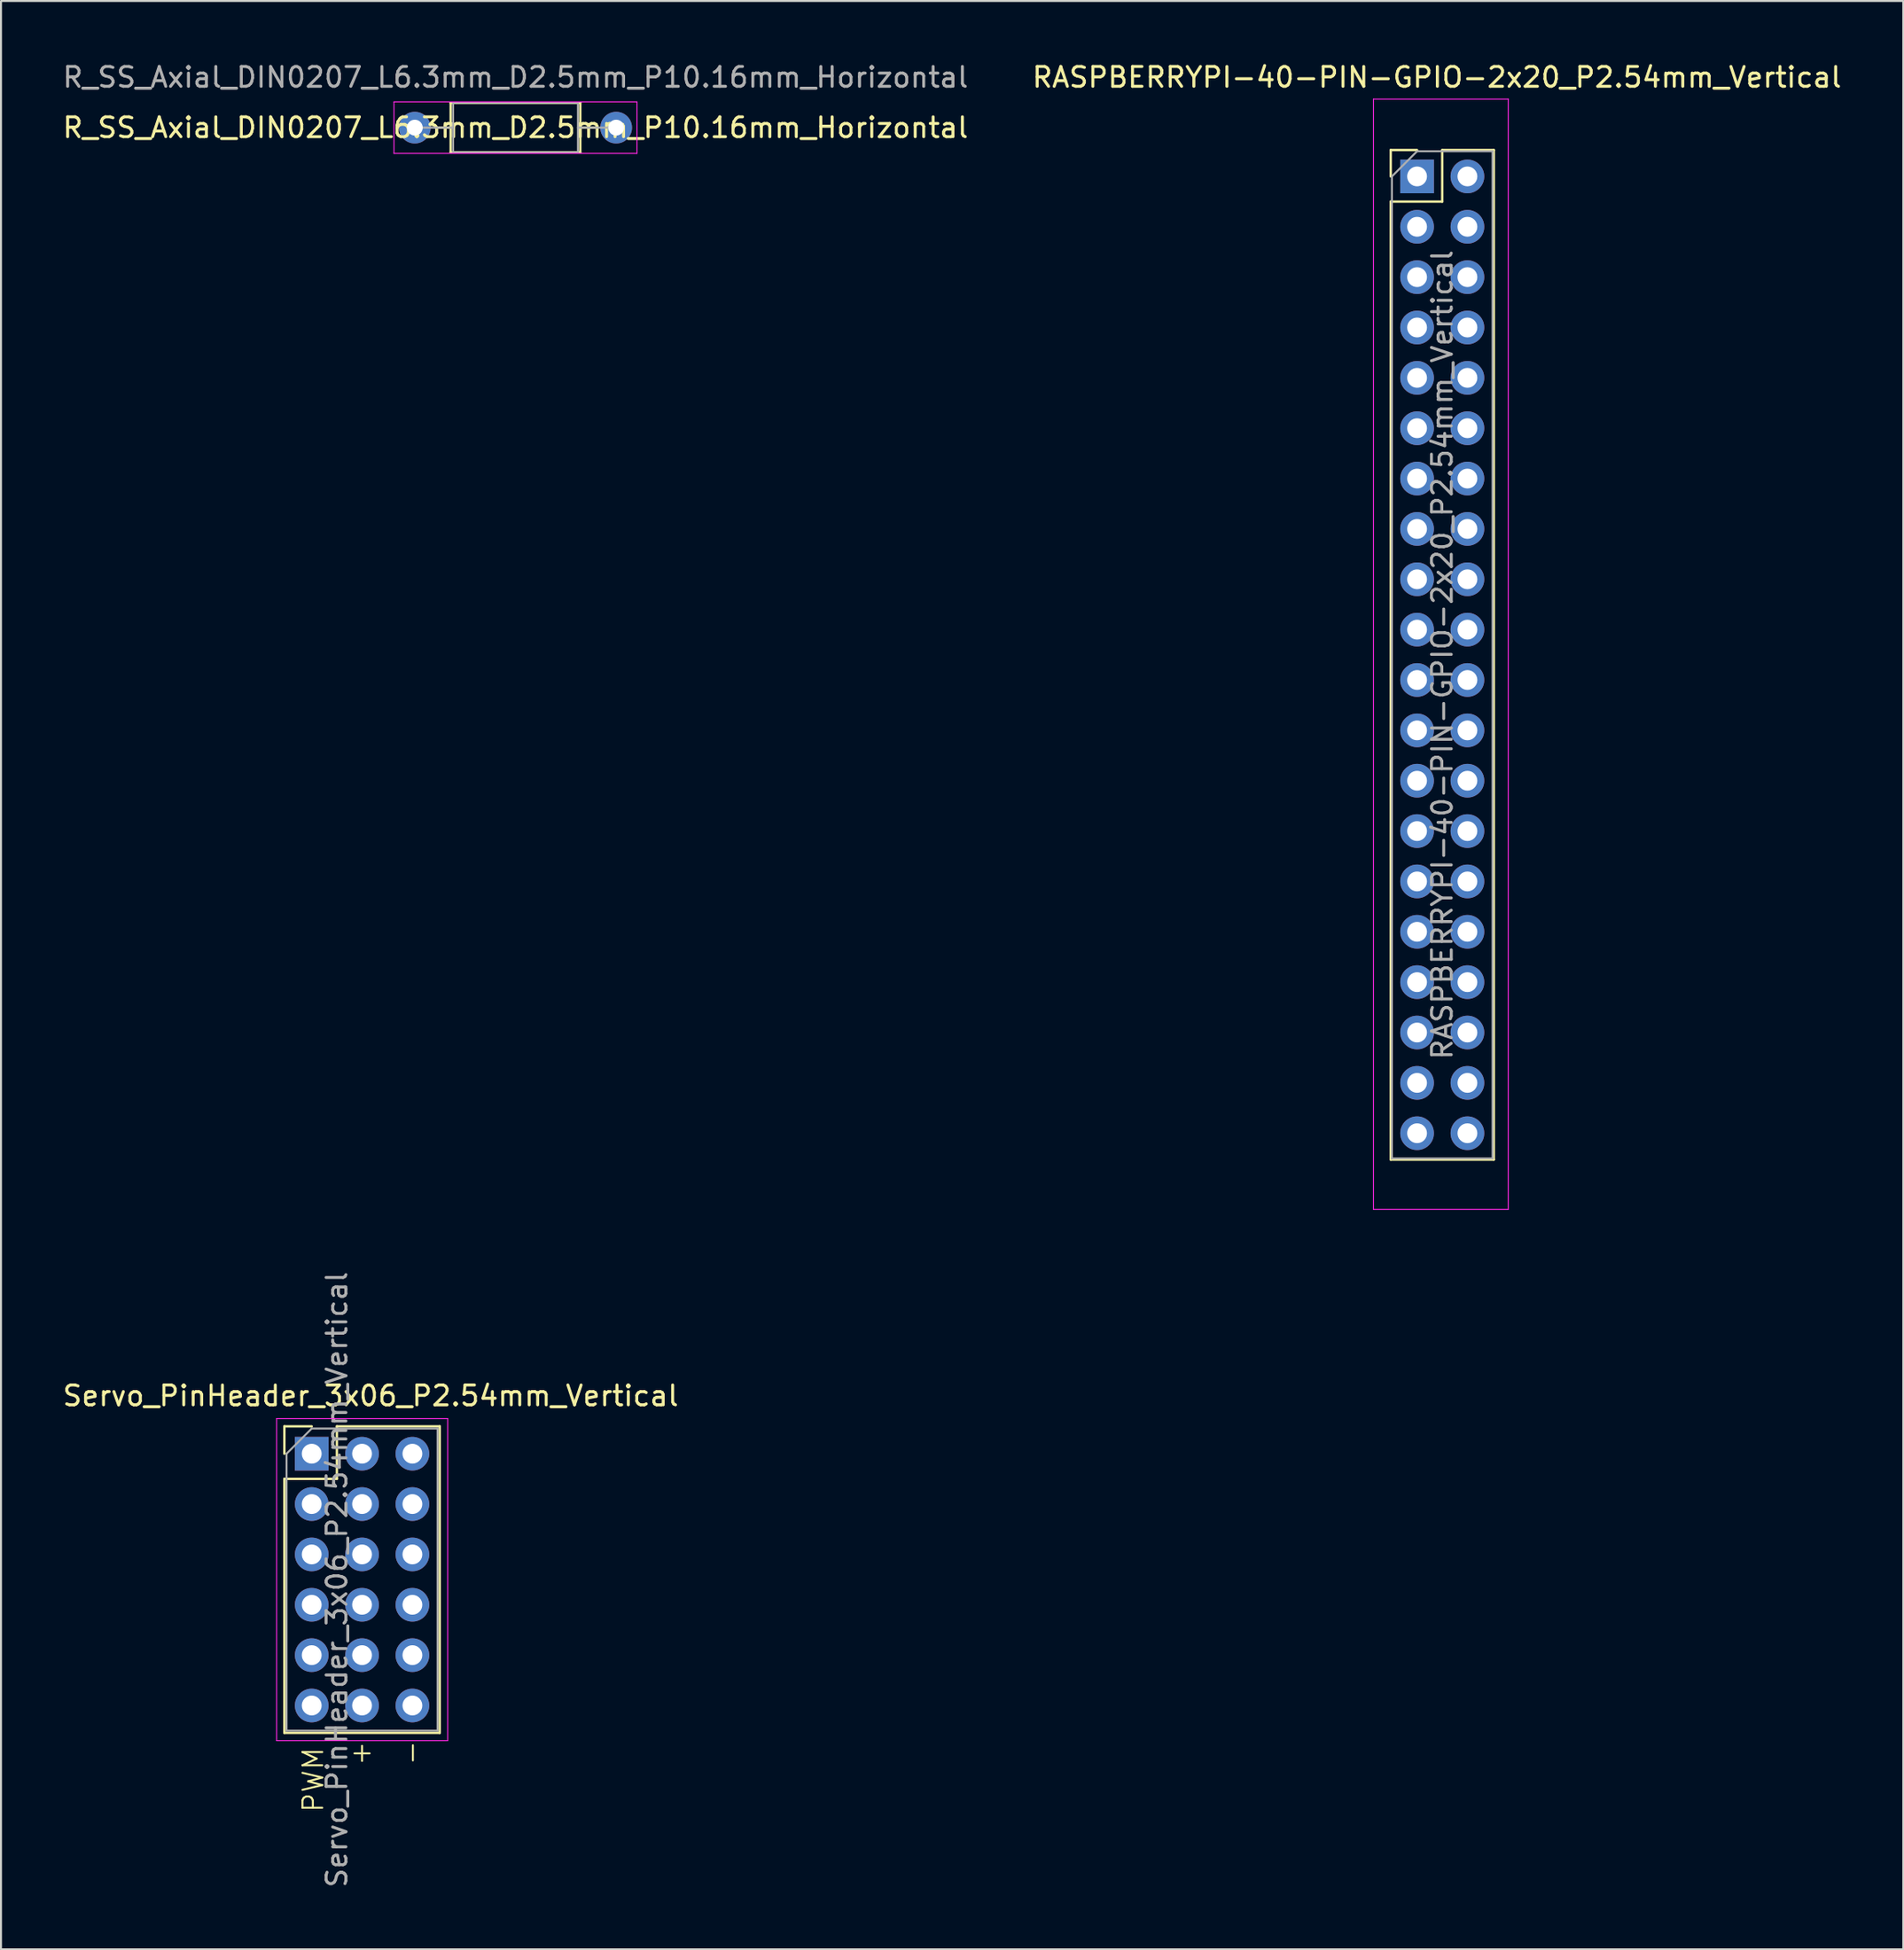
<source format=kicad_pcb>
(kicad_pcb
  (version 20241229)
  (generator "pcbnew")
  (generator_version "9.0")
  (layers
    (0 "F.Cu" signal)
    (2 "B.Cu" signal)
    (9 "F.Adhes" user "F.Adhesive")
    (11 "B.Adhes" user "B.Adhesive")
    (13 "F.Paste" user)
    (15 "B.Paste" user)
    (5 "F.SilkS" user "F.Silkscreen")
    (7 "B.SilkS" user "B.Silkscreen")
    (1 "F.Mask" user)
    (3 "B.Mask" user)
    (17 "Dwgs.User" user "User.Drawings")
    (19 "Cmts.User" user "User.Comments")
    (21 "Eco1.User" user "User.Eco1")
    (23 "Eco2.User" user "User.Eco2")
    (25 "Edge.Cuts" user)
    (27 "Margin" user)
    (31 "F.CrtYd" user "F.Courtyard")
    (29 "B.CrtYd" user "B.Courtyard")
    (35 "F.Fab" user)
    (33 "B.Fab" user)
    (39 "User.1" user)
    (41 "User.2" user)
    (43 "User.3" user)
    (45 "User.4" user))
  (footprint "R_SS_Axial_DIN0207_L6.3mm_D2.5mm_P10.16mm_Horizontal"
    (layer "F.Cu")
    (at 17.878 3.388)
    (property "Reference" "R_SS_Axial_DIN0207_L6.3mm_D2.5mm_P10.16mm_Horizontal" (at 5.08 0 0) (layer "F.SilkS") (effects (font (size 1 1) (thickness 0.15))))
    (attr through_hole)
    (fp_line (start 1.04 0) (end 1.81 0) (stroke (width 0.12) (type solid)) (layer "F.SilkS"))
    (fp_line (start 1.81 -1.243) (end 1.81 1.243) (stroke (width 0.12) (type solid)) (layer "F.SilkS"))
    (fp_line (start 1.81 1.243) (end 8.35 1.243) (stroke (width 0.12) (type solid)) (layer "F.SilkS"))
    (fp_line (start 8.35 -1.243) (end 1.81 -1.243) (stroke (width 0.12) (type solid)) (layer "F.SilkS"))
    (fp_line (start 8.35 1.243) (end 8.35 -1.243) (stroke (width 0.12) (type solid)) (layer "F.SilkS"))
    (fp_line (start 9.12 0) (end 8.35 0) (stroke (width 0.12) (type solid)) (layer "F.SilkS"))
    (fp_line (start -1.05 -1.3) (end -1.05 1.3) (stroke (width 0.05) (type solid)) (layer "F.CrtYd"))
    (fp_line (start -1.05 1.3) (end 11.21 1.3) (stroke (width 0.05) (type solid)) (layer "F.CrtYd"))
    (fp_line (start 11.21 -1.3) (end -1.05 -1.3) (stroke (width 0.05) (type solid)) (layer "F.CrtYd"))
    (fp_line (start 11.21 1.3) (end 11.21 -1.3) (stroke (width 0.05) (type solid)) (layer "F.CrtYd"))
    (fp_line (start 0 0) (end 1.93 0) (stroke (width 0.1) (type solid)) (layer "F.Fab"))
    (fp_line (start 1.93 -1.25) (end 1.93 1.25) (stroke (width 0.1) (type solid)) (layer "F.Fab"))
    (fp_line (start 1.93 1.25) (end 8.23 1.25) (stroke (width 0.1) (type solid)) (layer "F.Fab"))
    (fp_line (start 8.23 -1.25) (end 1.93 -1.25) (stroke (width 0.1) (type solid)) (layer "F.Fab"))
    (fp_line (start 8.23 1.25) (end 8.23 -1.25) (stroke (width 0.1) (type solid)) (layer "F.Fab"))
    (fp_line (start 10.16 0) (end 8.23 0) (stroke (width 0.1) (type solid)) (layer "F.Fab"))
    (fp_text user "${REFERENCE}" (at 5.08 -2.54 0) (layer "F.Fab") (effects (font (size 1 1) (thickness 0.15))))
    (pad "1" thru_hole circle (at 0 0) (size 1.6 1.6) (drill 0.8) (layers "*.Cu" "*.Mask"))
    (pad "2" thru_hole oval (at 10.16 0) (size 1.6 1.6) (drill 0.8) (layers "*.Cu" "*.Mask")))
  (footprint "Servo_PinHeader_3x06_P2.54mm_Vertical"
    (layer "F.Cu")
    (at 12.677 70.272)
    (property "Reference" "Servo_PinHeader_3x06_P2.54mm_Vertical" (at 2.972 -2.921 0) (layer "F.SilkS") (effects (font (size 1 1) (thickness 0.15))))
    (attr through_hole)
    (fp_line (start -1.38 -1.38) (end 0 -1.38) (stroke (width 0.12) (type solid)) (layer "F.SilkS"))
    (fp_line (start -1.38 0) (end -1.38 -1.38) (stroke (width 0.12) (type solid)) (layer "F.SilkS"))
    (fp_line (start -1.38 1.27) (end -1.38 14.08) (stroke (width 0.12) (type solid)) (layer "F.SilkS"))
    (fp_line (start -1.38 1.27) (end 1.27 1.27) (stroke (width 0.12) (type solid)) (layer "F.SilkS"))
    (fp_line (start -1.38 14.08) (end 6.46 14.08) (stroke (width 0.12) (type solid)) (layer "F.SilkS"))
    (fp_line (start 1.27 -1.38) (end 6.46 -1.38) (stroke (width 0.12) (type solid)) (layer "F.SilkS"))
    (fp_line (start 1.27 1.27) (end 1.27 -1.38) (stroke (width 0.12) (type solid)) (layer "F.SilkS"))
    (fp_line (start 6.46 -1.38) (end 6.46 14.08) (stroke (width 0.12) (type solid)) (layer "F.SilkS"))
    (fp_line (start -1.77 -1.77) (end -1.77 14.47) (stroke (width 0.05) (type solid)) (layer "F.CrtYd"))
    (fp_line (start -1.77 14.47) (end 6.86 14.47) (stroke (width 0.05) (type solid)) (layer "F.CrtYd"))
    (fp_line (start 6.86 -1.77) (end -1.77 -1.77) (stroke (width 0.05) (type solid)) (layer "F.CrtYd"))
    (fp_line (start 6.86 14.47) (end 6.86 -1.77) (stroke (width 0.05) (type solid)) (layer "F.CrtYd"))
    (fp_line (start -1.27 0) (end 0 -1.27) (stroke (width 0.1) (type solid)) (layer "F.Fab"))
    (fp_line (start -1.27 13.97) (end -1.27 0) (stroke (width 0.1) (type solid)) (layer "F.Fab"))
    (fp_line (start 0 -1.27) (end 6.35 -1.27) (stroke (width 0.1) (type solid)) (layer "F.Fab"))
    (fp_line (start 6.35 -1.27) (end 6.35 13.97) (stroke (width 0.1) (type solid)) (layer "F.Fab"))
    (fp_line (start 6.35 13.97) (end -1.27 13.97) (stroke (width 0.1) (type solid)) (layer "F.Fab"))
    (fp_text user "PWM" (at 0.66 18.161 90) (unlocked yes) (layer "F.SilkS") (effects (font (size 1 1) (thickness 0.1)) (justify left bottom)))
    (fp_text user "-" (at 5.613 15.773 90) (unlocked yes) (layer "F.SilkS") (effects (font (size 1 1) (thickness 0.1)) (justify left bottom)))
    (fp_text user "+" (at 3.048 15.799 90) (unlocked yes) (layer "F.SilkS") (effects (font (size 1 1) (thickness 0.1)) (justify left bottom)))
    (fp_text user "${REFERENCE}" (at 1.27 6.35 90) (layer "F.Fab") (effects (font (size 1 1) (thickness 0.15))))
    (pad "1" thru_hole rect (at 0 0) (size 1.7 1.7) (drill 1) (layers "*.Cu" "*.Mask"))
    (pad "2" thru_hole circle (at 0 2.54) (size 1.7 1.7) (drill 1) (layers "*.Cu" "*.Mask"))
    (pad "3" thru_hole circle (at 0 5.08) (size 1.7 1.7) (drill 1) (layers "*.Cu" "*.Mask"))
    (pad "4" thru_hole circle (at 0 7.62) (size 1.7 1.7) (drill 1) (layers "*.Cu" "*.Mask"))
    (pad "5" thru_hole circle (at 0 10.16) (size 1.7 1.7) (drill 1) (layers "*.Cu" "*.Mask"))
    (pad "6" thru_hole circle (at 0 12.7) (size 1.7 1.7) (drill 1) (layers "*.Cu" "*.Mask"))
    (pad "7" thru_hole circle (at 2.54 0) (size 1.7 1.7) (drill 1) (layers "*.Cu" "*.Mask"))
    (pad "8" thru_hole circle (at 2.54 2.54) (size 1.7 1.7) (drill 1) (layers "*.Cu" "*.Mask"))
    (pad "9" thru_hole circle (at 2.54 5.08) (size 1.7 1.7) (drill 1) (layers "*.Cu" "*.Mask"))
    (pad "10" thru_hole circle (at 2.54 7.62) (size 1.7 1.7) (drill 1) (layers "*.Cu" "*.Mask"))
    (pad "11" thru_hole circle (at 2.54 10.16) (size 1.7 1.7) (drill 1) (layers "*.Cu" "*.Mask"))
    (pad "12" thru_hole circle (at 2.54 12.7) (size 1.7 1.7) (drill 1) (layers "*.Cu" "*.Mask"))
    (pad "13" thru_hole circle (at 5.08 0) (size 1.7 1.7) (drill 1) (layers "*.Cu" "*.Mask"))
    (pad "14" thru_hole circle (at 5.08 2.54) (size 1.7 1.7) (drill 1) (layers "*.Cu" "*.Mask"))
    (pad "15" thru_hole circle (at 5.08 5.08) (size 1.7 1.7) (drill 1) (layers "*.Cu" "*.Mask"))
    (pad "16" thru_hole circle (at 5.08 7.62) (size 1.7 1.7) (drill 1) (layers "*.Cu" "*.Mask"))
    (pad "17" thru_hole circle (at 5.08 10.16) (size 1.7 1.7) (drill 1) (layers "*.Cu" "*.Mask"))
    (pad "18" thru_hole circle (at 5.08 12.7) (size 1.7 1.7) (drill 1) (layers "*.Cu" "*.Mask")))
  (footprint "RASPBERRYPI-40-PIN-GPIO-2x20_P2.54mm_Vertical"
    (layer "F.Cu")
    (at 68.446 5.848)
    (property "Reference" "RASPBERRYPI-40-PIN-GPIO-2x20_P2.54mm_Vertical" (at 1 -5 0) (layer "F.SilkS") (effects (font (size 1 1) (thickness 0.15))))
    (attr through_hole)
    (fp_line (start -1.33 -1.33) (end 0 -1.33) (stroke (width 0.12) (type solid)) (layer "F.SilkS"))
    (fp_line (start -1.33 0) (end -1.33 -1.33) (stroke (width 0.12) (type solid)) (layer "F.SilkS"))
    (fp_line (start -1.33 1.27) (end -1.33 49.59) (stroke (width 0.12) (type solid)) (layer "F.SilkS"))
    (fp_line (start -1.33 1.27) (end 1.27 1.27) (stroke (width 0.12) (type solid)) (layer "F.SilkS"))
    (fp_line (start -1.33 49.59) (end 3.87 49.59) (stroke (width 0.12) (type solid)) (layer "F.SilkS"))
    (fp_line (start 1.27 -1.33) (end 3.87 -1.33) (stroke (width 0.12) (type solid)) (layer "F.SilkS"))
    (fp_line (start 1.27 1.27) (end 1.27 -1.33) (stroke (width 0.12) (type solid)) (layer "F.SilkS"))
    (fp_line (start 3.87 -1.33) (end 3.87 49.59) (stroke (width 0.12) (type solid)) (layer "F.SilkS"))
    (fp_line (start -2.2 -3.9) (end -2.2 52.1) (stroke (width 0.05) (type solid)) (layer "F.CrtYd"))
    (fp_line (start -2.2 52.1) (end 4.6 52.1) (stroke (width 0.05) (type solid)) (layer "F.CrtYd"))
    (fp_line (start 4.6 -3.9) (end -2.2 -3.9) (stroke (width 0.05) (type solid)) (layer "F.CrtYd"))
    (fp_line (start 4.6 52.1) (end 4.6 -3.9) (stroke (width 0.05) (type solid)) (layer "F.CrtYd"))
    (fp_line (start -1.27 0) (end 0 -1.27) (stroke (width 0.1) (type solid)) (layer "F.Fab"))
    (fp_line (start -1.27 49.53) (end -1.27 0) (stroke (width 0.1) (type solid)) (layer "F.Fab"))
    (fp_line (start 0 -1.27) (end 3.81 -1.27) (stroke (width 0.1) (type solid)) (layer "F.Fab"))
    (fp_line (start 3.81 -1.27) (end 3.81 49.53) (stroke (width 0.1) (type solid)) (layer "F.Fab"))
    (fp_line (start 3.81 49.53) (end -1.27 49.53) (stroke (width 0.1) (type solid)) (layer "F.Fab"))
    (fp_text user "${REFERENCE}" (at 1.27 24.13 90) (layer "F.Fab") (effects (font (size 1 1) (thickness 0.15))))
    (pad "1" thru_hole rect (at 0 0) (size 1.7 1.7) (drill 1) (layers "*.Cu" "*.Mask"))
    (pad "2" thru_hole oval (at 2.54 0) (size 1.7 1.7) (drill 1) (layers "*.Cu" "*.Mask"))
    (pad "3" thru_hole oval (at 0 2.54) (size 1.7 1.7) (drill 1) (layers "*.Cu" "*.Mask"))
    (pad "4" thru_hole oval (at 2.54 2.54) (size 1.7 1.7) (drill 1) (layers "*.Cu" "*.Mask"))
    (pad "5" thru_hole oval (at 0 5.08) (size 1.7 1.7) (drill 1) (layers "*.Cu" "*.Mask"))
    (pad "6" thru_hole oval (at 2.54 5.08) (size 1.7 1.7) (drill 1) (layers "*.Cu" "*.Mask"))
    (pad "7" thru_hole oval (at 0 7.62) (size 1.7 1.7) (drill 1) (layers "*.Cu" "*.Mask"))
    (pad "8" thru_hole oval (at 2.54 7.62) (size 1.7 1.7) (drill 1) (layers "*.Cu" "*.Mask"))
    (pad "9" thru_hole oval (at 0 10.16) (size 1.7 1.7) (drill 1) (layers "*.Cu" "*.Mask"))
    (pad "10" thru_hole oval (at 2.54 10.16) (size 1.7 1.7) (drill 1) (layers "*.Cu" "*.Mask"))
    (pad "11" thru_hole oval (at 0 12.7) (size 1.7 1.7) (drill 1) (layers "*.Cu" "*.Mask"))
    (pad "12" thru_hole oval (at 2.54 12.7) (size 1.7 1.7) (drill 1) (layers "*.Cu" "*.Mask"))
    (pad "13" thru_hole oval (at 0 15.24) (size 1.7 1.7) (drill 1) (layers "*.Cu" "*.Mask"))
    (pad "14" thru_hole oval (at 2.54 15.24) (size 1.7 1.7) (drill 1) (layers "*.Cu" "*.Mask"))
    (pad "15" thru_hole oval (at 0 17.78) (size 1.7 1.7) (drill 1) (layers "*.Cu" "*.Mask"))
    (pad "16" thru_hole oval (at 2.54 17.78) (size 1.7 1.7) (drill 1) (layers "*.Cu" "*.Mask"))
    (pad "17" thru_hole oval (at 0 20.32) (size 1.7 1.7) (drill 1) (layers "*.Cu" "*.Mask"))
    (pad "18" thru_hole oval (at 2.54 20.32) (size 1.7 1.7) (drill 1) (layers "*.Cu" "*.Mask"))
    (pad "19" thru_hole oval (at 0 22.86) (size 1.7 1.7) (drill 1) (layers "*.Cu" "*.Mask"))
    (pad "20" thru_hole oval (at 2.54 22.86) (size 1.7 1.7) (drill 1) (layers "*.Cu" "*.Mask"))
    (pad "21" thru_hole oval (at 0 25.4) (size 1.7 1.7) (drill 1) (layers "*.Cu" "*.Mask"))
    (pad "22" thru_hole oval (at 2.54 25.4) (size 1.7 1.7) (drill 1) (layers "*.Cu" "*.Mask"))
    (pad "23" thru_hole oval (at 0 27.94) (size 1.7 1.7) (drill 1) (layers "*.Cu" "*.Mask"))
    (pad "24" thru_hole oval (at 2.54 27.94) (size 1.7 1.7) (drill 1) (layers "*.Cu" "*.Mask"))
    (pad "25" thru_hole oval (at 0 30.48) (size 1.7 1.7) (drill 1) (layers "*.Cu" "*.Mask"))
    (pad "26" thru_hole oval (at 2.54 30.48) (size 1.7 1.7) (drill 1) (layers "*.Cu" "*.Mask"))
    (pad "27" thru_hole oval (at 0 33.02) (size 1.7 1.7) (drill 1) (layers "*.Cu" "*.Mask"))
    (pad "28" thru_hole oval (at 2.54 33.02) (size 1.7 1.7) (drill 1) (layers "*.Cu" "*.Mask"))
    (pad "29" thru_hole oval (at 0 35.56) (size 1.7 1.7) (drill 1) (layers "*.Cu" "*.Mask"))
    (pad "30" thru_hole oval (at 2.54 35.56) (size 1.7 1.7) (drill 1) (layers "*.Cu" "*.Mask"))
    (pad "31" thru_hole oval (at 0 38.1) (size 1.7 1.7) (drill 1) (layers "*.Cu" "*.Mask"))
    (pad "32" thru_hole oval (at 2.54 38.1) (size 1.7 1.7) (drill 1) (layers "*.Cu" "*.Mask"))
    (pad "33" thru_hole oval (at 0 40.64) (size 1.7 1.7) (drill 1) (layers "*.Cu" "*.Mask"))
    (pad "34" thru_hole oval (at 2.54 40.64) (size 1.7 1.7) (drill 1) (layers "*.Cu" "*.Mask"))
    (pad "35" thru_hole oval (at 0 43.18) (size 1.7 1.7) (drill 1) (layers "*.Cu" "*.Mask"))
    (pad "36" thru_hole oval (at 2.54 43.18) (size 1.7 1.7) (drill 1) (layers "*.Cu" "*.Mask"))
    (pad "37" thru_hole oval (at 0 45.72) (size 1.7 1.7) (drill 1) (layers "*.Cu" "*.Mask"))
    (pad "38" thru_hole oval (at 2.54 45.72) (size 1.7 1.7) (drill 1) (layers "*.Cu" "*.Mask"))
    (pad "39" thru_hole oval (at 0 48.26) (size 1.7 1.7) (drill 1) (layers "*.Cu" "*.Mask"))
    (pad "40" thru_hole oval (at 2.54 48.26) (size 1.7 1.7) (drill 1) (layers "*.Cu" "*.Mask")))
  (gr_rect
    (start -3 -3)
    (end 92.976 95.271)
    (stroke (width 0.1) (type default))
    (fill no)
    (layer "Edge.Cuts")))
</source>
